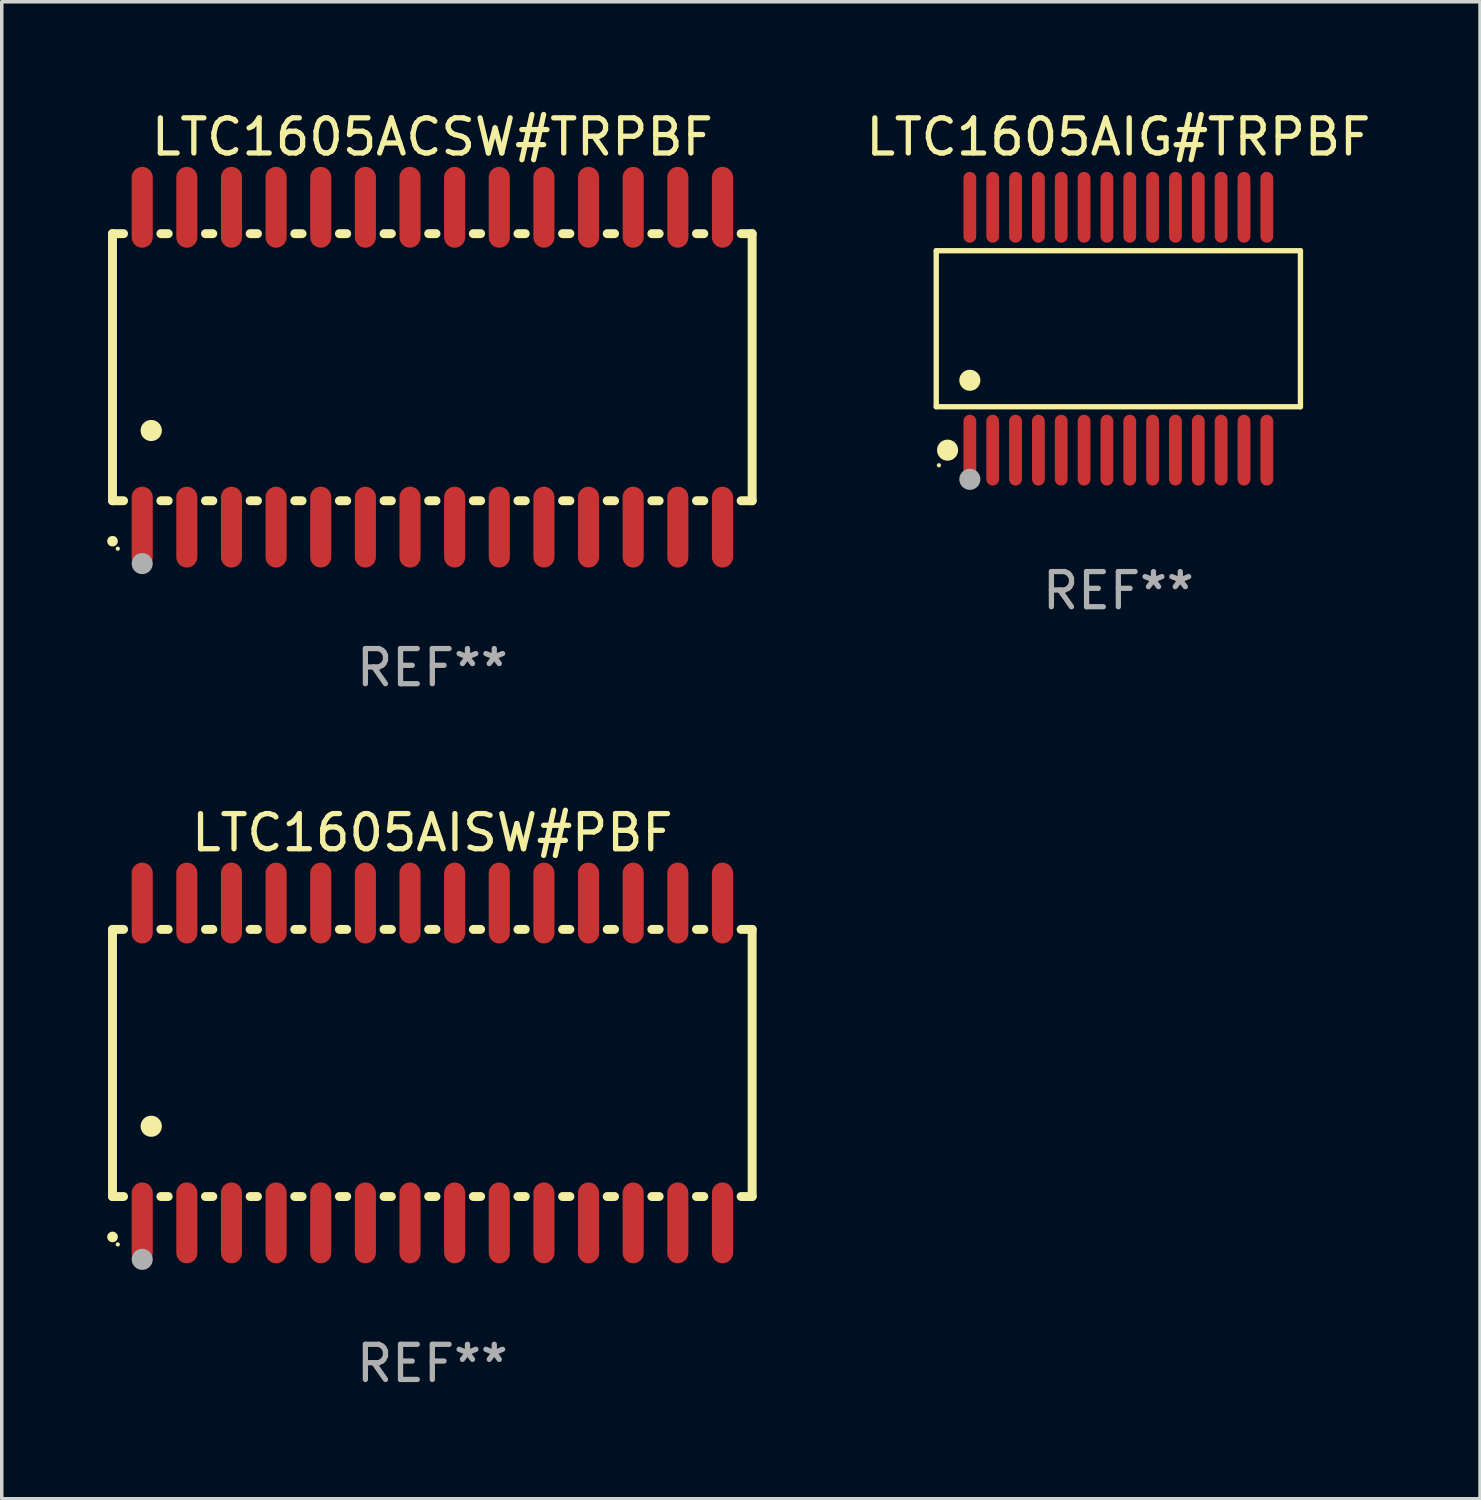
<source format=kicad_pcb>
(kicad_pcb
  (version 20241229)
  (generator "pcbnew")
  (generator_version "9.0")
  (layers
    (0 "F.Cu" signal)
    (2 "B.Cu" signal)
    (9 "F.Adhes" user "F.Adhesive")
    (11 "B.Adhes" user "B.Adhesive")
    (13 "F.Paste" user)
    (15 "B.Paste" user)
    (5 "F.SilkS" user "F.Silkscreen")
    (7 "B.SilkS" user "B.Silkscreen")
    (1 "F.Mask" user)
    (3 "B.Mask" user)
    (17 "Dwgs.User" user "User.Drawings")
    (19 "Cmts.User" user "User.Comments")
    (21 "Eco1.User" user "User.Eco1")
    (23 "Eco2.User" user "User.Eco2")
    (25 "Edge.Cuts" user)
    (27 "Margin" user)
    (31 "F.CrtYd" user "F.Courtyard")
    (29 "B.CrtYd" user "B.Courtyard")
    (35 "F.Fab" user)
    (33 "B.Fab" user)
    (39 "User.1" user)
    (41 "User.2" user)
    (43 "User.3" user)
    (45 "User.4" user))
  (footprint "LTC1605AIG#TRPBF"
    (layer "F.Cu")
    (at 28.77 6.303)
    (property "Reference" "LTC1605AIG#TRPBF" (at 0 -5.455 0) (layer "F.SilkS") (effects (font (size 1 1) (thickness 0.15))))
    (attr through_hole)
    (fp_line (start -5.181 -2.219) (end 5.181 -2.219) (stroke (width 0.152) (type solid)) (layer "F.SilkS"))
    (fp_line (start -5.181 2.219) (end -5.181 -2.219) (stroke (width 0.152) (type solid)) (layer "F.SilkS"))
    (fp_line (start 5.181 -2.219) (end 5.181 2.219) (stroke (width 0.152) (type solid)) (layer "F.SilkS"))
    (fp_line (start 5.181 2.219) (end -5.181 2.219) (stroke (width 0.152) (type solid)) (layer "F.SilkS"))
    (fp_circle (center -5.105 3.885) (end -5.075 3.885) (stroke (width 0.06) (type solid)) (fill no) (layer "F.SilkS"))
    (fp_circle (center -4.859 3.455) (end -4.709 3.455) (stroke (width 0.3) (type solid)) (fill no) (layer "F.SilkS"))
    (fp_circle (center -4.225 1.467) (end -4.075 1.467) (stroke (width 0.3) (type solid)) (fill no) (layer "F.SilkS"))
    (fp_circle (center -4.225 4.285) (end -4.075 4.285) (stroke (width 0.3) (type solid)) (fill no) (layer "F.Fab"))
    (fp_text user "REF**" (at 0 7.455 0) (layer "F.Fab") (effects (font (size 1 1) (thickness 0.15))))
    (pad "1" smd oval (at -4.225 3.455) (size 0.364 2.015) (layers "F.Cu" "F.Mask" "F.Paste"))
    (pad "2" smd oval (at -3.575 3.455) (size 0.364 2.015) (layers "F.Cu" "F.Mask" "F.Paste"))
    (pad "3" smd oval (at -2.925 3.455) (size 0.364 2.015) (layers "F.Cu" "F.Mask" "F.Paste"))
    (pad "4" smd oval (at -2.275 3.455) (size 0.364 2.015) (layers "F.Cu" "F.Mask" "F.Paste"))
    (pad "5" smd oval (at -1.625 3.455) (size 0.364 2.015) (layers "F.Cu" "F.Mask" "F.Paste"))
    (pad "6" smd oval (at -0.975 3.455) (size 0.364 2.015) (layers "F.Cu" "F.Mask" "F.Paste"))
    (pad "7" smd oval (at -0.325 3.455) (size 0.364 2.015) (layers "F.Cu" "F.Mask" "F.Paste"))
    (pad "8" smd oval (at 0.325 3.455) (size 0.364 2.015) (layers "F.Cu" "F.Mask" "F.Paste"))
    (pad "9" smd oval (at 0.975 3.455) (size 0.364 2.015) (layers "F.Cu" "F.Mask" "F.Paste"))
    (pad "10" smd oval (at 1.625 3.455) (size 0.364 2.015) (layers "F.Cu" "F.Mask" "F.Paste"))
    (pad "11" smd oval (at 2.275 3.455) (size 0.364 2.015) (layers "F.Cu" "F.Mask" "F.Paste"))
    (pad "12" smd oval (at 2.925 3.455) (size 0.364 2.015) (layers "F.Cu" "F.Mask" "F.Paste"))
    (pad "13" smd oval (at 3.575 3.455) (size 0.364 2.015) (layers "F.Cu" "F.Mask" "F.Paste"))
    (pad "14" smd oval (at 4.225 3.455) (size 0.364 2.015) (layers "F.Cu" "F.Mask" "F.Paste"))
    (pad "15" smd oval (at 4.225 -3.455) (size 0.364 2.015) (layers "F.Cu" "F.Mask" "F.Paste"))
    (pad "16" smd oval (at 3.575 -3.455) (size 0.364 2.015) (layers "F.Cu" "F.Mask" "F.Paste"))
    (pad "17" smd oval (at 2.925 -3.455) (size 0.364 2.015) (layers "F.Cu" "F.Mask" "F.Paste"))
    (pad "18" smd oval (at 2.275 -3.455) (size 0.364 2.015) (layers "F.Cu" "F.Mask" "F.Paste"))
    (pad "19" smd oval (at 1.625 -3.455) (size 0.364 2.015) (layers "F.Cu" "F.Mask" "F.Paste"))
    (pad "20" smd oval (at 0.975 -3.455) (size 0.364 2.015) (layers "F.Cu" "F.Mask" "F.Paste"))
    (pad "21" smd oval (at 0.325 -3.455) (size 0.364 2.015) (layers "F.Cu" "F.Mask" "F.Paste"))
    (pad "22" smd oval (at -0.325 -3.455) (size 0.364 2.015) (layers "F.Cu" "F.Mask" "F.Paste"))
    (pad "23" smd oval (at -0.975 -3.455) (size 0.364 2.015) (layers "F.Cu" "F.Mask" "F.Paste"))
    (pad "24" smd oval (at -1.625 -3.455) (size 0.364 2.015) (layers "F.Cu" "F.Mask" "F.Paste"))
    (pad "25" smd oval (at -2.275 -3.455) (size 0.364 2.015) (layers "F.Cu" "F.Mask" "F.Paste"))
    (pad "26" smd oval (at -2.925 -3.455) (size 0.364 2.015) (layers "F.Cu" "F.Mask" "F.Paste"))
    (pad "27" smd oval (at -3.575 -3.455) (size 0.364 2.015) (layers "F.Cu" "F.Mask" "F.Paste"))
    (pad "28" smd oval (at -4.225 -3.455) (size 0.364 2.015) (layers "F.Cu" "F.Mask" "F.Paste")))
  (footprint "LTC1605ACSW#TRPBF"
    (layer "F.Cu")
    (at 9.251 7.398)
    (property "Reference" "LTC1605ACSW#TRPBF" (at 0 -6.55 0) (layer "F.SilkS") (effects (font (size 1 1) (thickness 0.15))))
    (attr through_hole)
    (fp_line (start -9.1 -3.8) (end -9.1 3.8) (stroke (width 0.254) (type solid)) (layer "F.SilkS"))
    (fp_line (start -9.1 -3.8) (end -8.786 -3.8) (stroke (width 0.254) (type solid)) (layer "F.SilkS"))
    (fp_line (start -9.1 3.8) (end -8.786 3.8) (stroke (width 0.254) (type solid)) (layer "F.SilkS"))
    (fp_line (start -7.724 -3.8) (end -7.516 -3.8) (stroke (width 0.254) (type solid)) (layer "F.SilkS"))
    (fp_line (start -7.724 3.8) (end -7.516 3.8) (stroke (width 0.254) (type solid)) (layer "F.SilkS"))
    (fp_line (start -6.454 -3.8) (end -6.246 -3.8) (stroke (width 0.254) (type solid)) (layer "F.SilkS"))
    (fp_line (start -6.454 3.8) (end -6.246 3.8) (stroke (width 0.254) (type solid)) (layer "F.SilkS"))
    (fp_line (start -5.184 -3.8) (end -4.976 -3.8) (stroke (width 0.254) (type solid)) (layer "F.SilkS"))
    (fp_line (start -5.184 3.8) (end -4.976 3.8) (stroke (width 0.254) (type solid)) (layer "F.SilkS"))
    (fp_line (start -3.914 -3.8) (end -3.706 -3.8) (stroke (width 0.254) (type solid)) (layer "F.SilkS"))
    (fp_line (start -3.914 3.8) (end -3.706 3.8) (stroke (width 0.254) (type solid)) (layer "F.SilkS"))
    (fp_line (start -2.644 -3.8) (end -2.436 -3.8) (stroke (width 0.254) (type solid)) (layer "F.SilkS"))
    (fp_line (start -2.644 3.8) (end -2.436 3.8) (stroke (width 0.254) (type solid)) (layer "F.SilkS"))
    (fp_line (start -1.374 -3.8) (end -1.166 -3.8) (stroke (width 0.254) (type solid)) (layer "F.SilkS"))
    (fp_line (start -1.374 3.8) (end -1.166 3.8) (stroke (width 0.254) (type solid)) (layer "F.SilkS"))
    (fp_line (start -0.104 -3.8) (end 0.104 -3.8) (stroke (width 0.254) (type solid)) (layer "F.SilkS"))
    (fp_line (start -0.104 3.8) (end 0.104 3.8) (stroke (width 0.254) (type solid)) (layer "F.SilkS"))
    (fp_line (start 1.166 -3.8) (end 1.374 -3.8) (stroke (width 0.254) (type solid)) (layer "F.SilkS"))
    (fp_line (start 1.166 3.8) (end 1.374 3.8) (stroke (width 0.254) (type solid)) (layer "F.SilkS"))
    (fp_line (start 2.436 -3.8) (end 2.644 -3.8) (stroke (width 0.254) (type solid)) (layer "F.SilkS"))
    (fp_line (start 2.436 3.8) (end 2.644 3.8) (stroke (width 0.254) (type solid)) (layer "F.SilkS"))
    (fp_line (start 3.706 -3.8) (end 3.914 -3.8) (stroke (width 0.254) (type solid)) (layer "F.SilkS"))
    (fp_line (start 3.706 3.8) (end 3.914 3.8) (stroke (width 0.254) (type solid)) (layer "F.SilkS"))
    (fp_line (start 4.976 -3.8) (end 5.184 -3.8) (stroke (width 0.254) (type solid)) (layer "F.SilkS"))
    (fp_line (start 4.976 3.8) (end 5.184 3.8) (stroke (width 0.254) (type solid)) (layer "F.SilkS"))
    (fp_line (start 6.246 -3.8) (end 6.454 -3.8) (stroke (width 0.254) (type solid)) (layer "F.SilkS"))
    (fp_line (start 6.246 3.8) (end 6.454 3.8) (stroke (width 0.254) (type solid)) (layer "F.SilkS"))
    (fp_line (start 7.516 -3.8) (end 7.724 -3.8) (stroke (width 0.254) (type solid)) (layer "F.SilkS"))
    (fp_line (start 7.516 3.8) (end 7.724 3.8) (stroke (width 0.254) (type solid)) (layer "F.SilkS"))
    (fp_line (start 8.786 -3.8) (end 9.1 -3.8) (stroke (width 0.254) (type solid)) (layer "F.SilkS"))
    (fp_line (start 8.786 3.8) (end 9.1 3.8) (stroke (width 0.254) (type solid)) (layer "F.SilkS"))
    (fp_line (start 9.1 -3.8) (end 9.1 3.8) (stroke (width 0.254) (type solid)) (layer "F.SilkS"))
    (fp_arc (start -9.100864 4.95047) (mid -9.099594 4.950465) (end -9.098324 4.95047) (stroke (width 0.3) (type solid)) (layer "F.SilkS"))
    (fp_arc (start -8.001041 1.800864) (mid -7.998501 1.800853) (end -7.995961 1.800864) (stroke (width 0.6) (type solid)) (layer "F.SilkS"))
    (fp_circle (center -8.95 5.163) (end -8.92 5.163) (stroke (width 0.06) (type solid)) (fill no) (layer "F.SilkS"))
    (fp_circle (center -8.255 5.588) (end -8.105 5.588) (stroke (width 0.3) (type solid)) (fill no) (layer "F.Fab"))
    (fp_text user "REF**" (at 0 8.55 0) (layer "F.Fab") (effects (font (size 1 1) (thickness 0.15))))
    (pad "1" smd oval (at -8.255 4.55 180) (size 0.6 2.3) (layers "F.Cu" "F.Mask" "F.Paste"))
    (pad "2" smd oval (at -6.985 4.55 180) (size 0.6 2.3) (layers "F.Cu" "F.Mask" "F.Paste"))
    (pad "3" smd oval (at -5.715 4.55 180) (size 0.6 2.3) (layers "F.Cu" "F.Mask" "F.Paste"))
    (pad "4" smd oval (at -4.445 4.55 180) (size 0.6 2.3) (layers "F.Cu" "F.Mask" "F.Paste"))
    (pad "5" smd oval (at -3.175 4.55 180) (size 0.6 2.3) (layers "F.Cu" "F.Mask" "F.Paste"))
    (pad "6" smd oval (at -1.905 4.55 180) (size 0.6 2.3) (layers "F.Cu" "F.Mask" "F.Paste"))
    (pad "7" smd oval (at -0.635 4.55 180) (size 0.6 2.3) (layers "F.Cu" "F.Mask" "F.Paste"))
    (pad "8" smd oval (at 0.635 4.55 180) (size 0.6 2.3) (layers "F.Cu" "F.Mask" "F.Paste"))
    (pad "9" smd oval (at 1.905 4.55 180) (size 0.6 2.3) (layers "F.Cu" "F.Mask" "F.Paste"))
    (pad "10" smd oval (at 3.175 4.55 180) (size 0.6 2.3) (layers "F.Cu" "F.Mask" "F.Paste"))
    (pad "11" smd oval (at 4.445 4.55 180) (size 0.6 2.3) (layers "F.Cu" "F.Mask" "F.Paste"))
    (pad "12" smd oval (at 5.715 4.55 180) (size 0.6 2.3) (layers "F.Cu" "F.Mask" "F.Paste"))
    (pad "13" smd oval (at 6.985 4.55 180) (size 0.6 2.3) (layers "F.Cu" "F.Mask" "F.Paste"))
    (pad "14" smd oval (at 8.255 4.55 180) (size 0.6 2.3) (layers "F.Cu" "F.Mask" "F.Paste"))
    (pad "15" smd oval (at 8.255 -4.55 180) (size 0.6 2.3) (layers "F.Cu" "F.Mask" "F.Paste"))
    (pad "16" smd oval (at 6.985 -4.55 180) (size 0.6 2.3) (layers "F.Cu" "F.Mask" "F.Paste"))
    (pad "17" smd oval (at 5.715 -4.55 180) (size 0.6 2.3) (layers "F.Cu" "F.Mask" "F.Paste"))
    (pad "18" smd oval (at 4.445 -4.55 180) (size 0.6 2.3) (layers "F.Cu" "F.Mask" "F.Paste"))
    (pad "19" smd oval (at 3.175 -4.55 180) (size 0.6 2.3) (layers "F.Cu" "F.Mask" "F.Paste"))
    (pad "20" smd oval (at 1.905 -4.55 180) (size 0.6 2.3) (layers "F.Cu" "F.Mask" "F.Paste"))
    (pad "21" smd oval (at 0.635 -4.55 180) (size 0.6 2.3) (layers "F.Cu" "F.Mask" "F.Paste"))
    (pad "22" smd oval (at -0.635 -4.55 180) (size 0.6 2.3) (layers "F.Cu" "F.Mask" "F.Paste"))
    (pad "23" smd oval (at -1.905 -4.55 180) (size 0.6 2.3) (layers "F.Cu" "F.Mask" "F.Paste"))
    (pad "24" smd oval (at -3.175 -4.55 180) (size 0.6 2.3) (layers "F.Cu" "F.Mask" "F.Paste"))
    (pad "25" smd oval (at -4.445 -4.55 180) (size 0.6 2.3) (layers "F.Cu" "F.Mask" "F.Paste"))
    (pad "26" smd oval (at -5.715 -4.55 180) (size 0.6 2.3) (layers "F.Cu" "F.Mask" "F.Paste"))
    (pad "27" smd oval (at -6.985 -4.55 180) (size 0.6 2.3) (layers "F.Cu" "F.Mask" "F.Paste"))
    (pad "28" smd oval (at -8.255 -4.55 180) (size 0.6 2.3) (layers "F.Cu" "F.Mask" "F.Paste")))
  (footprint "LTC1605AISW#PBF"
    (layer "F.Cu")
    (at 9.251 27.194)
    (property "Reference" "LTC1605AISW#PBF" (at 0 -6.55 0) (layer "F.SilkS") (effects (font (size 1 1) (thickness 0.15))))
    (attr through_hole)
    (fp_line (start -9.1 -3.8) (end -9.1 3.8) (stroke (width 0.254) (type solid)) (layer "F.SilkS"))
    (fp_line (start -9.1 -3.8) (end -8.786 -3.8) (stroke (width 0.254) (type solid)) (layer "F.SilkS"))
    (fp_line (start -9.1 3.8) (end -8.786 3.8) (stroke (width 0.254) (type solid)) (layer "F.SilkS"))
    (fp_line (start -7.724 -3.8) (end -7.516 -3.8) (stroke (width 0.254) (type solid)) (layer "F.SilkS"))
    (fp_line (start -7.724 3.8) (end -7.516 3.8) (stroke (width 0.254) (type solid)) (layer "F.SilkS"))
    (fp_line (start -6.454 -3.8) (end -6.246 -3.8) (stroke (width 0.254) (type solid)) (layer "F.SilkS"))
    (fp_line (start -6.454 3.8) (end -6.246 3.8) (stroke (width 0.254) (type solid)) (layer "F.SilkS"))
    (fp_line (start -5.184 -3.8) (end -4.976 -3.8) (stroke (width 0.254) (type solid)) (layer "F.SilkS"))
    (fp_line (start -5.184 3.8) (end -4.976 3.8) (stroke (width 0.254) (type solid)) (layer "F.SilkS"))
    (fp_line (start -3.914 -3.8) (end -3.706 -3.8) (stroke (width 0.254) (type solid)) (layer "F.SilkS"))
    (fp_line (start -3.914 3.8) (end -3.706 3.8) (stroke (width 0.254) (type solid)) (layer "F.SilkS"))
    (fp_line (start -2.644 -3.8) (end -2.436 -3.8) (stroke (width 0.254) (type solid)) (layer "F.SilkS"))
    (fp_line (start -2.644 3.8) (end -2.436 3.8) (stroke (width 0.254) (type solid)) (layer "F.SilkS"))
    (fp_line (start -1.374 -3.8) (end -1.166 -3.8) (stroke (width 0.254) (type solid)) (layer "F.SilkS"))
    (fp_line (start -1.374 3.8) (end -1.166 3.8) (stroke (width 0.254) (type solid)) (layer "F.SilkS"))
    (fp_line (start -0.104 -3.8) (end 0.104 -3.8) (stroke (width 0.254) (type solid)) (layer "F.SilkS"))
    (fp_line (start -0.104 3.8) (end 0.104 3.8) (stroke (width 0.254) (type solid)) (layer "F.SilkS"))
    (fp_line (start 1.166 -3.8) (end 1.374 -3.8) (stroke (width 0.254) (type solid)) (layer "F.SilkS"))
    (fp_line (start 1.166 3.8) (end 1.374 3.8) (stroke (width 0.254) (type solid)) (layer "F.SilkS"))
    (fp_line (start 2.436 -3.8) (end 2.644 -3.8) (stroke (width 0.254) (type solid)) (layer "F.SilkS"))
    (fp_line (start 2.436 3.8) (end 2.644 3.8) (stroke (width 0.254) (type solid)) (layer "F.SilkS"))
    (fp_line (start 3.706 -3.8) (end 3.914 -3.8) (stroke (width 0.254) (type solid)) (layer "F.SilkS"))
    (fp_line (start 3.706 3.8) (end 3.914 3.8) (stroke (width 0.254) (type solid)) (layer "F.SilkS"))
    (fp_line (start 4.976 -3.8) (end 5.184 -3.8) (stroke (width 0.254) (type solid)) (layer "F.SilkS"))
    (fp_line (start 4.976 3.8) (end 5.184 3.8) (stroke (width 0.254) (type solid)) (layer "F.SilkS"))
    (fp_line (start 6.246 -3.8) (end 6.454 -3.8) (stroke (width 0.254) (type solid)) (layer "F.SilkS"))
    (fp_line (start 6.246 3.8) (end 6.454 3.8) (stroke (width 0.254) (type solid)) (layer "F.SilkS"))
    (fp_line (start 7.516 -3.8) (end 7.724 -3.8) (stroke (width 0.254) (type solid)) (layer "F.SilkS"))
    (fp_line (start 7.516 3.8) (end 7.724 3.8) (stroke (width 0.254) (type solid)) (layer "F.SilkS"))
    (fp_line (start 8.786 -3.8) (end 9.1 -3.8) (stroke (width 0.254) (type solid)) (layer "F.SilkS"))
    (fp_line (start 8.786 3.8) (end 9.1 3.8) (stroke (width 0.254) (type solid)) (layer "F.SilkS"))
    (fp_line (start 9.1 -3.8) (end 9.1 3.8) (stroke (width 0.254) (type solid)) (layer "F.SilkS"))
    (fp_arc (start -9.100864 4.95047) (mid -9.099594 4.950465) (end -9.098324 4.95047) (stroke (width 0.3) (type solid)) (layer "F.SilkS"))
    (fp_arc (start -8.001041 1.800864) (mid -7.998501 1.800853) (end -7.995961 1.800864) (stroke (width 0.6) (type solid)) (layer "F.SilkS"))
    (fp_circle (center -8.95 5.163) (end -8.92 5.163) (stroke (width 0.06) (type solid)) (fill no) (layer "F.SilkS"))
    (fp_circle (center -8.255 5.588) (end -8.105 5.588) (stroke (width 0.3) (type solid)) (fill no) (layer "F.Fab"))
    (fp_text user "REF**" (at 0 8.55 0) (layer "F.Fab") (effects (font (size 1 1) (thickness 0.15))))
    (pad "1" smd oval (at -8.255 4.55 180) (size 0.6 2.3) (layers "F.Cu" "F.Mask" "F.Paste"))
    (pad "2" smd oval (at -6.985 4.55 180) (size 0.6 2.3) (layers "F.Cu" "F.Mask" "F.Paste"))
    (pad "3" smd oval (at -5.715 4.55 180) (size 0.6 2.3) (layers "F.Cu" "F.Mask" "F.Paste"))
    (pad "4" smd oval (at -4.445 4.55 180) (size 0.6 2.3) (layers "F.Cu" "F.Mask" "F.Paste"))
    (pad "5" smd oval (at -3.175 4.55 180) (size 0.6 2.3) (layers "F.Cu" "F.Mask" "F.Paste"))
    (pad "6" smd oval (at -1.905 4.55 180) (size 0.6 2.3) (layers "F.Cu" "F.Mask" "F.Paste"))
    (pad "7" smd oval (at -0.635 4.55 180) (size 0.6 2.3) (layers "F.Cu" "F.Mask" "F.Paste"))
    (pad "8" smd oval (at 0.635 4.55 180) (size 0.6 2.3) (layers "F.Cu" "F.Mask" "F.Paste"))
    (pad "9" smd oval (at 1.905 4.55 180) (size 0.6 2.3) (layers "F.Cu" "F.Mask" "F.Paste"))
    (pad "10" smd oval (at 3.175 4.55 180) (size 0.6 2.3) (layers "F.Cu" "F.Mask" "F.Paste"))
    (pad "11" smd oval (at 4.445 4.55 180) (size 0.6 2.3) (layers "F.Cu" "F.Mask" "F.Paste"))
    (pad "12" smd oval (at 5.715 4.55 180) (size 0.6 2.3) (layers "F.Cu" "F.Mask" "F.Paste"))
    (pad "13" smd oval (at 6.985 4.55 180) (size 0.6 2.3) (layers "F.Cu" "F.Mask" "F.Paste"))
    (pad "14" smd oval (at 8.255 4.55 180) (size 0.6 2.3) (layers "F.Cu" "F.Mask" "F.Paste"))
    (pad "15" smd oval (at 8.255 -4.55 180) (size 0.6 2.3) (layers "F.Cu" "F.Mask" "F.Paste"))
    (pad "16" smd oval (at 6.985 -4.55 180) (size 0.6 2.3) (layers "F.Cu" "F.Mask" "F.Paste"))
    (pad "17" smd oval (at 5.715 -4.55 180) (size 0.6 2.3) (layers "F.Cu" "F.Mask" "F.Paste"))
    (pad "18" smd oval (at 4.445 -4.55 180) (size 0.6 2.3) (layers "F.Cu" "F.Mask" "F.Paste"))
    (pad "19" smd oval (at 3.175 -4.55 180) (size 0.6 2.3) (layers "F.Cu" "F.Mask" "F.Paste"))
    (pad "20" smd oval (at 1.905 -4.55 180) (size 0.6 2.3) (layers "F.Cu" "F.Mask" "F.Paste"))
    (pad "21" smd oval (at 0.635 -4.55 180) (size 0.6 2.3) (layers "F.Cu" "F.Mask" "F.Paste"))
    (pad "22" smd oval (at -0.635 -4.55 180) (size 0.6 2.3) (layers "F.Cu" "F.Mask" "F.Paste"))
    (pad "23" smd oval (at -1.905 -4.55 180) (size 0.6 2.3) (layers "F.Cu" "F.Mask" "F.Paste"))
    (pad "24" smd oval (at -3.175 -4.55 180) (size 0.6 2.3) (layers "F.Cu" "F.Mask" "F.Paste"))
    (pad "25" smd oval (at -4.445 -4.55 180) (size 0.6 2.3) (layers "F.Cu" "F.Mask" "F.Paste"))
    (pad "26" smd oval (at -5.715 -4.55 180) (size 0.6 2.3) (layers "F.Cu" "F.Mask" "F.Paste"))
    (pad "27" smd oval (at -6.985 -4.55 180) (size 0.6 2.3) (layers "F.Cu" "F.Mask" "F.Paste"))
    (pad "28" smd oval (at -8.255 -4.55 180) (size 0.6 2.3) (layers "F.Cu" "F.Mask" "F.Paste")))
  (gr_rect
    (start -3 -3)
    (end 39.061 39.593)
    (stroke (width 0.1) (type default))
    (fill no)
    (layer "Edge.Cuts")))
</source>
